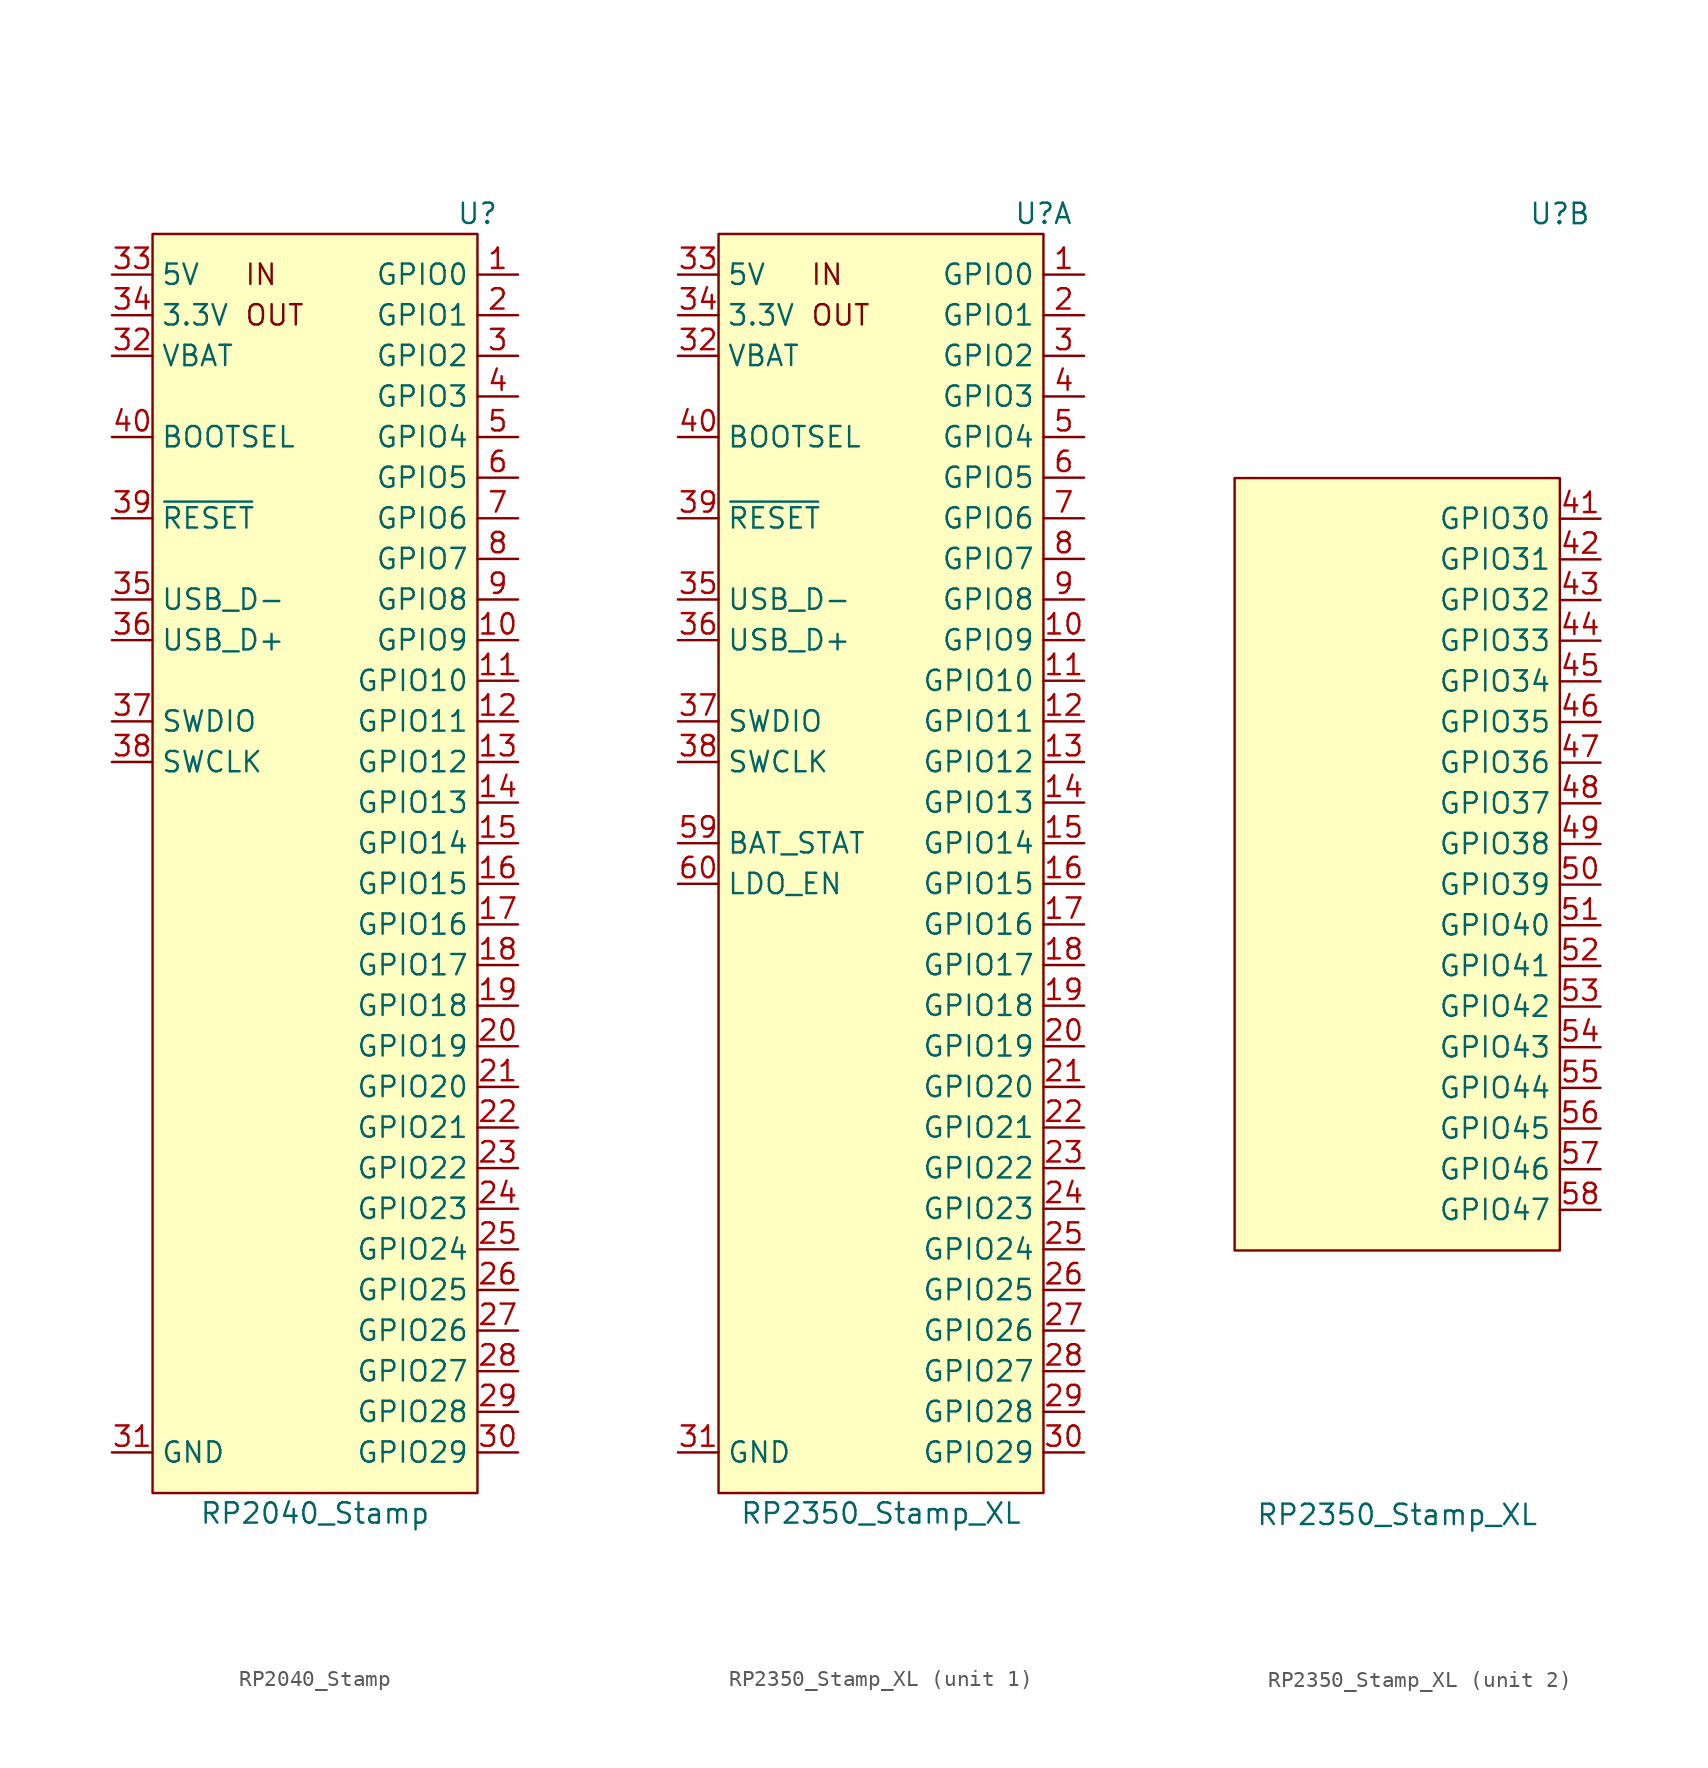
<source format=kicad_sym>
(kicad_symbol_lib
  (version 20231120)
  (generator "kicad_symbol_editor")
  (generator_version "8.0")
  (symbol "RP2040_Stamp"
    (property "Reference" "U"
      (at 10.16 43.18 0)
      (effects (font (size 1.27 1.27))))
    (property "Value" "RP2040_Stamp"
      (at 0 -38.1 0)
      (effects (font (size 1.27 1.27))))
    (symbol "RP2040_Stamp_0_0"
      (text "IN" (at -4.445 39.37 0) (effects (font (size 1.27 1.27)) (justify left)))
      (text "OUT" (at -4.445 36.83 0) (effects (font (size 1.27 1.27)) (justify left)))
      (pin bidirectional line (at 12.7 39.37 180) (length 2.54) (name "GPIO0" (effects (font (size 1.27 1.27)))) (number "1" (effects (font (size 1.27 1.27)))))
      (pin bidirectional line (at 12.7 16.51 180) (length 2.54) (name "GPIO9" (effects (font (size 1.27 1.27)))) (number "10" (effects (font (size 1.27 1.27)))))
      (pin bidirectional line (at 12.7 13.97 180) (length 2.54) (name "GPIO10" (effects (font (size 1.27 1.27)))) (number "11" (effects (font (size 1.27 1.27)))))
      (pin bidirectional line (at 12.7 11.43 180) (length 2.54) (name "GPIO11" (effects (font (size 1.27 1.27)))) (number "12" (effects (font (size 1.27 1.27)))))
      (pin bidirectional line (at 12.7 8.89 180) (length 2.54) (name "GPIO12" (effects (font (size 1.27 1.27)))) (number "13" (effects (font (size 1.27 1.27)))))
      (pin bidirectional line (at 12.7 6.35 180) (length 2.54) (name "GPIO13" (effects (font (size 1.27 1.27)))) (number "14" (effects (font (size 1.27 1.27)))))
      (pin bidirectional line (at 12.7 3.81 180) (length 2.54) (name "GPIO14" (effects (font (size 1.27 1.27)))) (number "15" (effects (font (size 1.27 1.27)))))
      (pin bidirectional line (at 12.7 1.27 180) (length 2.54) (name "GPIO15" (effects (font (size 1.27 1.27)))) (number "16" (effects (font (size 1.27 1.27)))))
      (pin bidirectional line (at 12.7 -1.27 180) (length 2.54) (name "GPIO16" (effects (font (size 1.27 1.27)))) (number "17" (effects (font (size 1.27 1.27)))))
      (pin bidirectional line (at 12.7 -3.81 180) (length 2.54) (name "GPIO17" (effects (font (size 1.27 1.27)))) (number "18" (effects (font (size 1.27 1.27)))))
      (pin bidirectional line (at 12.7 -6.35 180) (length 2.54) (name "GPIO18" (effects (font (size 1.27 1.27)))) (number "19" (effects (font (size 1.27 1.27)))))
      (pin bidirectional line (at 12.7 36.83 180) (length 2.54) (name "GPIO1" (effects (font (size 1.27 1.27)))) (number "2" (effects (font (size 1.27 1.27)))))
      (pin bidirectional line (at 12.7 -8.89 180) (length 2.54) (name "GPIO19" (effects (font (size 1.27 1.27)))) (number "20" (effects (font (size 1.27 1.27)))))
      (pin bidirectional line (at 12.7 -11.43 180) (length 2.54) (name "GPIO20" (effects (font (size 1.27 1.27)))) (number "21" (effects (font (size 1.27 1.27)))))
      (pin bidirectional line (at 12.7 -13.97 180) (length 2.54) (name "GPIO21" (effects (font (size 1.27 1.27)))) (number "22" (effects (font (size 1.27 1.27)))) (alternate "NEOPIXEL" output line))
      (pin bidirectional line (at 12.7 -16.51 180) (length 2.54) (name "GPIO22" (effects (font (size 1.27 1.27)))) (number "23" (effects (font (size 1.27 1.27)))))
      (pin bidirectional line (at 12.7 -19.05 180) (length 2.54) (name "GPIO23" (effects (font (size 1.27 1.27)))) (number "24" (effects (font (size 1.27 1.27)))))
      (pin bidirectional line (at 12.7 -21.59 180) (length 2.54) (name "GPIO24" (effects (font (size 1.27 1.27)))) (number "25" (effects (font (size 1.27 1.27)))))
      (pin bidirectional line (at 12.7 -24.13 180) (length 2.54) (name "GPIO25" (effects (font (size 1.27 1.27)))) (number "26" (effects (font (size 1.27 1.27)))))
      (pin bidirectional line (at 12.7 -26.67 180) (length 2.54) (name "GPIO26" (effects (font (size 1.27 1.27)))) (number "27" (effects (font (size 1.27 1.27)))) (alternate "A0" input line))
      (pin bidirectional line (at 12.7 -29.21 180) (length 2.54) (name "GPIO27" (effects (font (size 1.27 1.27)))) (number "28" (effects (font (size 1.27 1.27)))) (alternate "A1" input line))
      (pin bidirectional line (at 12.7 -31.75 180) (length 2.54) (name "GPIO28" (effects (font (size 1.27 1.27)))) (number "29" (effects (font (size 1.27 1.27)))) (alternate "A2" input line))
      (pin bidirectional line (at 12.7 34.29 180) (length 2.54) (name "GPIO2" (effects (font (size 1.27 1.27)))) (number "3" (effects (font (size 1.27 1.27)))))
      (pin bidirectional line (at 12.7 -34.29 180) (length 2.54) (name "GPIO29" (effects (font (size 1.27 1.27)))) (number "30" (effects (font (size 1.27 1.27)))) (alternate "A3" input line))
      (pin power_in line (at -12.7 -34.29 0) (length 2.54) (name "GND" (effects (font (size 1.27 1.27)))) (number "31" (effects (font (size 1.27 1.27)))))
      (pin power_in line (at -12.7 34.29 0) (length 2.54) (name "VBAT" (effects (font (size 1.27 1.27)))) (number "32" (effects (font (size 1.27 1.27)))))
      (pin power_in line (at -12.7 39.37 0) (length 2.54) (name "5V" (effects (font (size 1.27 1.27)))) (number "33" (effects (font (size 1.27 1.27)))))
      (pin power_out line (at -12.7 36.83 0) (length 2.54) (name "3.3V" (effects (font (size 1.27 1.27)))) (number "34" (effects (font (size 1.27 1.27)))))
      (pin bidirectional line (at -12.7 19.05 0) (length 2.54) (name "USB_D-" (effects (font (size 1.27 1.27)))) (number "35" (effects (font (size 1.27 1.27)))))
      (pin bidirectional line (at -12.7 16.51 0) (length 2.54) (name "USB_D+" (effects (font (size 1.27 1.27)))) (number "36" (effects (font (size 1.27 1.27)))))
      (pin bidirectional line (at -12.7 11.43 0) (length 2.54) (name "SWDIO" (effects (font (size 1.27 1.27)))) (number "37" (effects (font (size 1.27 1.27)))))
      (pin input line (at -12.7 8.89 0) (length 2.54) (name "SWCLK" (effects (font (size 1.27 1.27)))) (number "38" (effects (font (size 1.27 1.27)))))
      (pin bidirectional line (at -12.7 24.13 0) (length 2.54) (name "~{RESET}" (effects (font (size 1.27 1.27)))) (number "39" (effects (font (size 1.27 1.27)))))
      (pin bidirectional line (at 12.7 31.75 180) (length 2.54) (name "GPIO3" (effects (font (size 1.27 1.27)))) (number "4" (effects (font (size 1.27 1.27)))))
      (pin input line (at -12.7 29.21 0) (length 2.54) (name "BOOTSEL" (effects (font (size 1.27 1.27)))) (number "40" (effects (font (size 1.27 1.27)))))
      (pin bidirectional line (at 12.7 29.21 180) (length 2.54) (name "GPIO4" (effects (font (size 1.27 1.27)))) (number "5" (effects (font (size 1.27 1.27)))))
      (pin bidirectional line (at 12.7 26.67 180) (length 2.54) (name "GPIO5" (effects (font (size 1.27 1.27)))) (number "6" (effects (font (size 1.27 1.27)))))
      (pin bidirectional line (at 12.7 24.13 180) (length 2.54) (name "GPIO6" (effects (font (size 1.27 1.27)))) (number "7" (effects (font (size 1.27 1.27)))))
      (pin bidirectional line (at 12.7 21.59 180) (length 2.54) (name "GPIO7" (effects (font (size 1.27 1.27)))) (number "8" (effects (font (size 1.27 1.27)))))
      (pin bidirectional line (at 12.7 19.05 180) (length 2.54) (name "GPIO8" (effects (font (size 1.27 1.27)))) (number "9" (effects (font (size 1.27 1.27))))))
    (symbol "RP2040_Stamp_0_1"
      (rectangle (start -10.16 41.91) (end 10.16 -36.83) (stroke (width 0.152) (type default)) (fill (type background)))))
  (symbol "RP2350_Stamp_XL"
    (property "Reference" "U"
      (at 10.16 43.18 0)
      (effects (font (size 1.27 1.27))))
    (property "Value" "RP2350_Stamp_XL"
      (at 0 -38.1 0)
      (effects (font (size 1.27 1.27))))
    (property "ki_locked" ""
      (at 0 0 0)
      (effects (font (size 1.27 1.27))))
    (symbol "RP2350_Stamp_XL_1_0"
      (text "IN" (at -4.445 39.37 0) (effects (font (size 1.27 1.27)) (justify left)))
      (text "OUT" (at -4.445 36.83 0) (effects (font (size 1.27 1.27)) (justify left)))
      (pin bidirectional line (at 12.7 39.37 180) (length 2.54) (name "GPIO0" (effects (font (size 1.27 1.27)))) (number "1" (effects (font (size 1.27 1.27)))))
      (pin bidirectional line (at 12.7 16.51 180) (length 2.54) (name "GPIO9" (effects (font (size 1.27 1.27)))) (number "10" (effects (font (size 1.27 1.27)))))
      (pin bidirectional line (at 12.7 13.97 180) (length 2.54) (name "GPIO10" (effects (font (size 1.27 1.27)))) (number "11" (effects (font (size 1.27 1.27)))))
      (pin bidirectional line (at 12.7 11.43 180) (length 2.54) (name "GPIO11" (effects (font (size 1.27 1.27)))) (number "12" (effects (font (size 1.27 1.27)))))
      (pin bidirectional line (at 12.7 8.89 180) (length 2.54) (name "GPIO12" (effects (font (size 1.27 1.27)))) (number "13" (effects (font (size 1.27 1.27)))))
      (pin bidirectional line (at 12.7 6.35 180) (length 2.54) (name "GPIO13" (effects (font (size 1.27 1.27)))) (number "14" (effects (font (size 1.27 1.27)))))
      (pin bidirectional line (at 12.7 3.81 180) (length 2.54) (name "GPIO14" (effects (font (size 1.27 1.27)))) (number "15" (effects (font (size 1.27 1.27)))))
      (pin bidirectional line (at 12.7 1.27 180) (length 2.54) (name "GPIO15" (effects (font (size 1.27 1.27)))) (number "16" (effects (font (size 1.27 1.27)))))
      (pin bidirectional line (at 12.7 -1.27 180) (length 2.54) (name "GPIO16" (effects (font (size 1.27 1.27)))) (number "17" (effects (font (size 1.27 1.27)))))
      (pin bidirectional line (at 12.7 -3.81 180) (length 2.54) (name "GPIO17" (effects (font (size 1.27 1.27)))) (number "18" (effects (font (size 1.27 1.27)))))
      (pin bidirectional line (at 12.7 -6.35 180) (length 2.54) (name "GPIO18" (effects (font (size 1.27 1.27)))) (number "19" (effects (font (size 1.27 1.27)))))
      (pin bidirectional line (at 12.7 36.83 180) (length 2.54) (name "GPIO1" (effects (font (size 1.27 1.27)))) (number "2" (effects (font (size 1.27 1.27)))))
      (pin bidirectional line (at 12.7 -8.89 180) (length 2.54) (name "GPIO19" (effects (font (size 1.27 1.27)))) (number "20" (effects (font (size 1.27 1.27)))))
      (pin bidirectional line (at 12.7 -11.43 180) (length 2.54) (name "GPIO20" (effects (font (size 1.27 1.27)))) (number "21" (effects (font (size 1.27 1.27)))))
      (pin bidirectional line (at 12.7 -13.97 180) (length 2.54) (name "GPIO21" (effects (font (size 1.27 1.27)))) (number "22" (effects (font (size 1.27 1.27)))))
      (pin bidirectional line (at 12.7 -16.51 180) (length 2.54) (name "GPIO22" (effects (font (size 1.27 1.27)))) (number "23" (effects (font (size 1.27 1.27)))))
      (pin bidirectional line (at 12.7 -19.05 180) (length 2.54) (name "GPIO23" (effects (font (size 1.27 1.27)))) (number "24" (effects (font (size 1.27 1.27)))))
      (pin bidirectional line (at 12.7 -21.59 180) (length 2.54) (name "GPIO24" (effects (font (size 1.27 1.27)))) (number "25" (effects (font (size 1.27 1.27)))))
      (pin bidirectional line (at 12.7 -24.13 180) (length 2.54) (name "GPIO25" (effects (font (size 1.27 1.27)))) (number "26" (effects (font (size 1.27 1.27)))))
      (pin bidirectional line (at 12.7 -26.67 180) (length 2.54) (name "GPIO26" (effects (font (size 1.27 1.27)))) (number "27" (effects (font (size 1.27 1.27)))))
      (pin bidirectional line (at 12.7 -29.21 180) (length 2.54) (name "GPIO27" (effects (font (size 1.27 1.27)))) (number "28" (effects (font (size 1.27 1.27)))))
      (pin bidirectional line (at 12.7 -31.75 180) (length 2.54) (name "GPIO28" (effects (font (size 1.27 1.27)))) (number "29" (effects (font (size 1.27 1.27)))))
      (pin bidirectional line (at 12.7 34.29 180) (length 2.54) (name "GPIO2" (effects (font (size 1.27 1.27)))) (number "3" (effects (font (size 1.27 1.27)))))
      (pin bidirectional line (at 12.7 -34.29 180) (length 2.54) (name "GPIO29" (effects (font (size 1.27 1.27)))) (number "30" (effects (font (size 1.27 1.27)))))
      (pin power_in line (at -12.7 -34.29 0) (length 2.54) (name "GND" (effects (font (size 1.27 1.27)))) (number "31" (effects (font (size 1.27 1.27)))))
      (pin power_in line (at -12.7 34.29 0) (length 2.54) (name "VBAT" (effects (font (size 1.27 1.27)))) (number "32" (effects (font (size 1.27 1.27)))))
      (pin power_in line (at -12.7 39.37 0) (length 2.54) (name "5V" (effects (font (size 1.27 1.27)))) (number "33" (effects (font (size 1.27 1.27)))))
      (pin power_out line (at -12.7 36.83 0) (length 2.54) (name "3.3V" (effects (font (size 1.27 1.27)))) (number "34" (effects (font (size 1.27 1.27)))))
      (pin bidirectional line (at -12.7 19.05 0) (length 2.54) (name "USB_D-" (effects (font (size 1.27 1.27)))) (number "35" (effects (font (size 1.27 1.27)))))
      (pin bidirectional line (at -12.7 16.51 0) (length 2.54) (name "USB_D+" (effects (font (size 1.27 1.27)))) (number "36" (effects (font (size 1.27 1.27)))))
      (pin bidirectional line (at -12.7 11.43 0) (length 2.54) (name "SWDIO" (effects (font (size 1.27 1.27)))) (number "37" (effects (font (size 1.27 1.27)))))
      (pin input line (at -12.7 8.89 0) (length 2.54) (name "SWCLK" (effects (font (size 1.27 1.27)))) (number "38" (effects (font (size 1.27 1.27)))))
      (pin bidirectional line (at -12.7 24.13 0) (length 2.54) (name "~{RESET}" (effects (font (size 1.27 1.27)))) (number "39" (effects (font (size 1.27 1.27)))))
      (pin bidirectional line (at 12.7 31.75 180) (length 2.54) (name "GPIO3" (effects (font (size 1.27 1.27)))) (number "4" (effects (font (size 1.27 1.27)))))
      (pin input line (at -12.7 29.21 0) (length 2.54) (name "BOOTSEL" (effects (font (size 1.27 1.27)))) (number "40" (effects (font (size 1.27 1.27)))))
      (pin bidirectional line (at 12.7 29.21 180) (length 2.54) (name "GPIO4" (effects (font (size 1.27 1.27)))) (number "5" (effects (font (size 1.27 1.27)))))
      (pin output line (at -12.7 3.81 0) (length 2.54) (name "BAT_STAT" (effects (font (size 1.27 1.27)))) (number "59" (effects (font (size 1.27 1.27)))))
      (pin bidirectional line (at 12.7 26.67 180) (length 2.54) (name "GPIO5" (effects (font (size 1.27 1.27)))) (number "6" (effects (font (size 1.27 1.27)))))
      (pin input line (at -12.7 1.27 0) (length 2.54) (name "LDO_EN" (effects (font (size 1.27 1.27)))) (number "60" (effects (font (size 1.27 1.27)))))
      (pin bidirectional line (at 12.7 24.13 180) (length 2.54) (name "GPIO6" (effects (font (size 1.27 1.27)))) (number "7" (effects (font (size 1.27 1.27)))))
      (pin bidirectional line (at 12.7 21.59 180) (length 2.54) (name "GPIO7" (effects (font (size 1.27 1.27)))) (number "8" (effects (font (size 1.27 1.27)))))
      (pin bidirectional line (at 12.7 19.05 180) (length 2.54) (name "GPIO8" (effects (font (size 1.27 1.27)))) (number "9" (effects (font (size 1.27 1.27))))))
    (symbol "RP2350_Stamp_XL_1_1"
      (rectangle (start -10.16 41.91) (end 10.16 -36.83) (stroke (width 0.152) (type default)) (fill (type background))))
    (symbol "RP2350_Stamp_XL_2_0"
      (pin bidirectional line (at 12.7 24.13 180) (length 2.54) (name "GPIO30" (effects (font (size 1.27 1.27)))) (number "41" (effects (font (size 1.27 1.27)))))
      (pin bidirectional line (at 12.7 21.59 180) (length 2.54) (name "GPIO31" (effects (font (size 1.27 1.27)))) (number "42" (effects (font (size 1.27 1.27)))))
      (pin bidirectional line (at 12.7 19.05 180) (length 2.54) (name "GPIO32" (effects (font (size 1.27 1.27)))) (number "43" (effects (font (size 1.27 1.27)))))
      (pin bidirectional line (at 12.7 16.51 180) (length 2.54) (name "GPIO33" (effects (font (size 1.27 1.27)))) (number "44" (effects (font (size 1.27 1.27)))))
      (pin bidirectional line (at 12.7 13.97 180) (length 2.54) (name "GPIO34" (effects (font (size 1.27 1.27)))) (number "45" (effects (font (size 1.27 1.27)))))
      (pin bidirectional line (at 12.7 11.43 180) (length 2.54) (name "GPIO35" (effects (font (size 1.27 1.27)))) (number "46" (effects (font (size 1.27 1.27)))))
      (pin bidirectional line (at 12.7 8.89 180) (length 2.54) (name "GPIO36" (effects (font (size 1.27 1.27)))) (number "47" (effects (font (size 1.27 1.27)))))
      (pin bidirectional line (at 12.7 6.35 180) (length 2.54) (name "GPIO37" (effects (font (size 1.27 1.27)))) (number "48" (effects (font (size 1.27 1.27)))))
      (pin bidirectional line (at 12.7 3.81 180) (length 2.54) (name "GPIO38" (effects (font (size 1.27 1.27)))) (number "49" (effects (font (size 1.27 1.27)))))
      (pin bidirectional line (at 12.7 1.27 180) (length 2.54) (name "GPIO39" (effects (font (size 1.27 1.27)))) (number "50" (effects (font (size 1.27 1.27)))))
      (pin bidirectional line (at 12.7 -1.27 180) (length 2.54) (name "GPIO40" (effects (font (size 1.27 1.27)))) (number "51" (effects (font (size 1.27 1.27)))) (alternate "A0" input line))
      (pin bidirectional line (at 12.7 -3.81 180) (length 2.54) (name "GPIO41" (effects (font (size 1.27 1.27)))) (number "52" (effects (font (size 1.27 1.27)))) (alternate "A1" input line))
      (pin bidirectional line (at 12.7 -6.35 180) (length 2.54) (name "GPIO42" (effects (font (size 1.27 1.27)))) (number "53" (effects (font (size 1.27 1.27)))) (alternate "A2" input line))
      (pin bidirectional line (at 12.7 -8.89 180) (length 2.54) (name "GPIO43" (effects (font (size 1.27 1.27)))) (number "54" (effects (font (size 1.27 1.27)))) (alternate "A3" input line))
      (pin bidirectional line (at 12.7 -11.43 180) (length 2.54) (name "GPIO44" (effects (font (size 1.27 1.27)))) (number "55" (effects (font (size 1.27 1.27)))) (alternate "A4" input line))
      (pin bidirectional line (at 12.7 -13.97 180) (length 2.54) (name "GPIO45" (effects (font (size 1.27 1.27)))) (number "56" (effects (font (size 1.27 1.27)))) (alternate "A5" input line))
      (pin bidirectional line (at 12.7 -16.51 180) (length 2.54) (name "GPIO46" (effects (font (size 1.27 1.27)))) (number "57" (effects (font (size 1.27 1.27)))) (alternate "A6" input line))
      (pin bidirectional line (at 12.7 -19.05 180) (length 2.54) (name "GPIO47" (effects (font (size 1.27 1.27)))) (number "58" (effects (font (size 1.27 1.27)))) (alternate "A7" input line)))
    (symbol "RP2350_Stamp_XL_2_1"
      (rectangle (start -10.16 26.67) (end 10.16 -21.59) (stroke (width 0.152) (type default)) (fill (type background))))))
</source>
